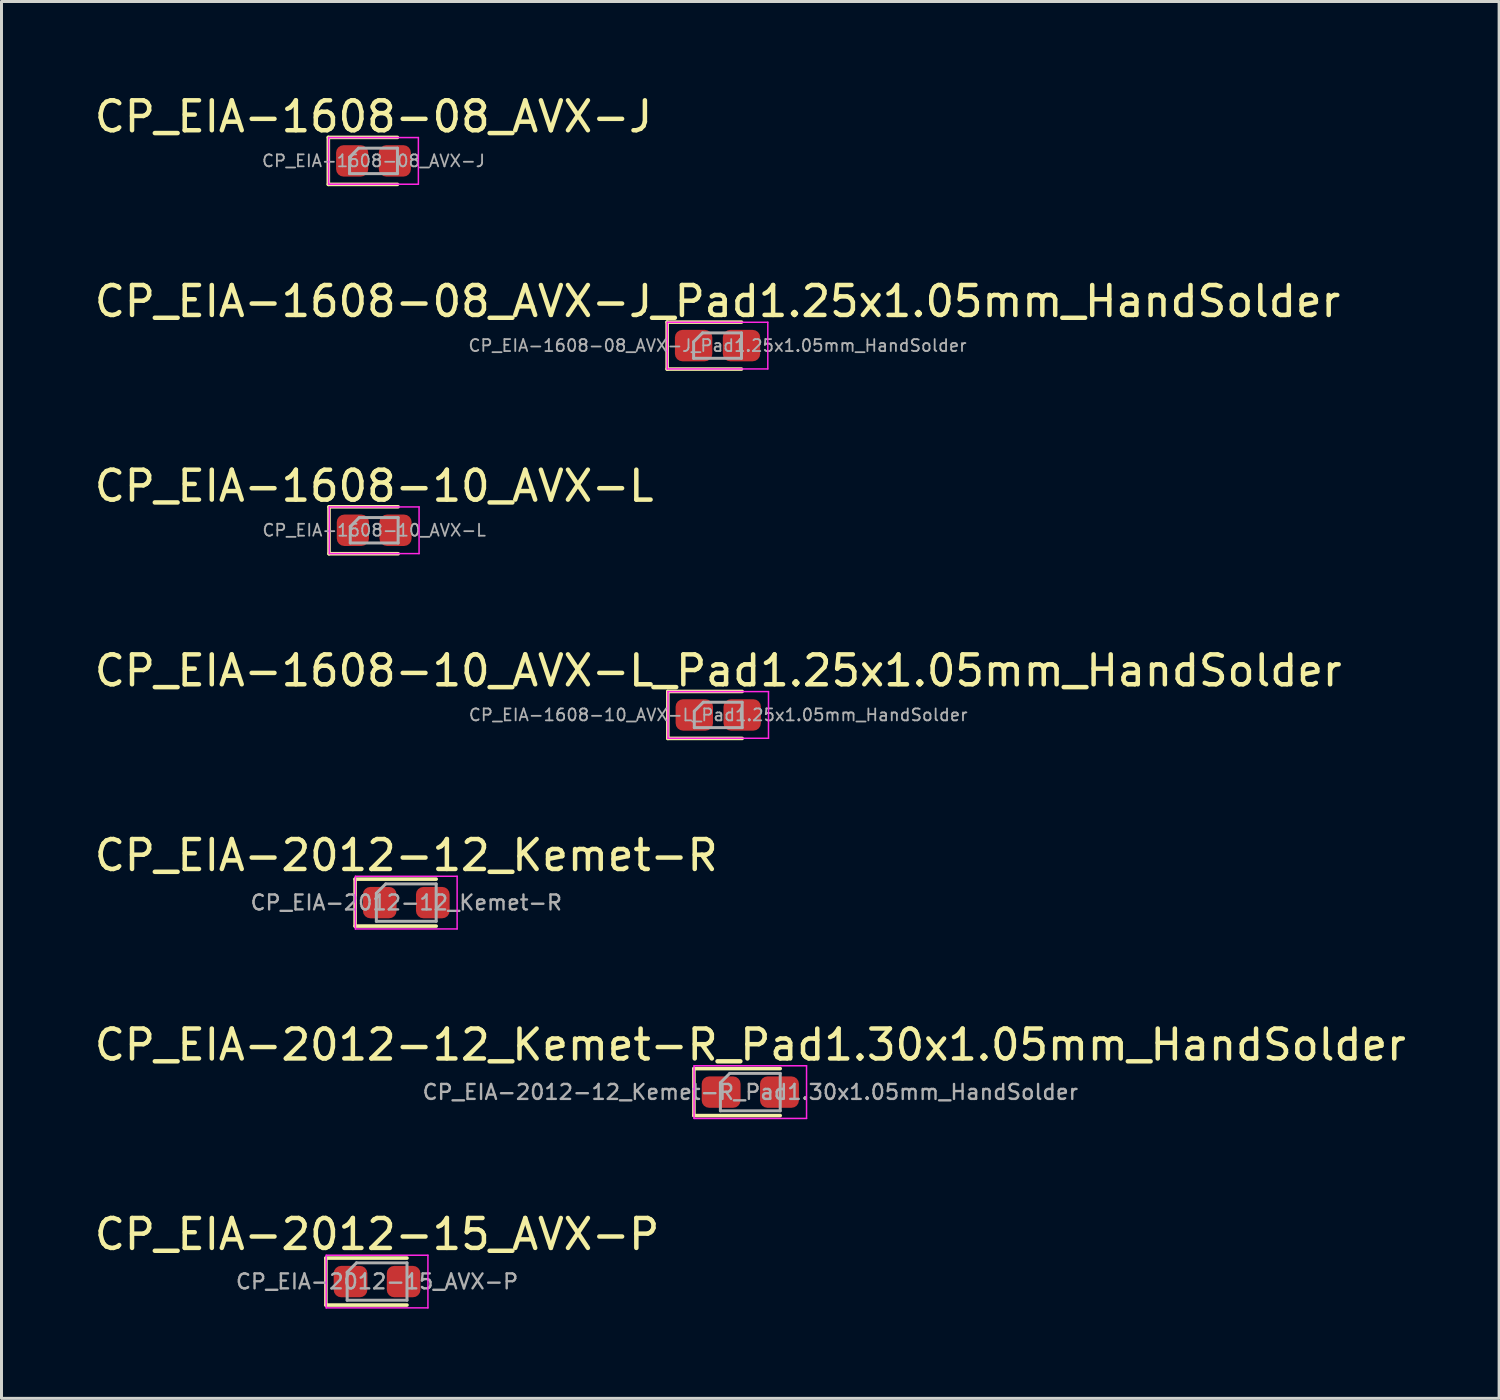
<source format=kicad_pcb>
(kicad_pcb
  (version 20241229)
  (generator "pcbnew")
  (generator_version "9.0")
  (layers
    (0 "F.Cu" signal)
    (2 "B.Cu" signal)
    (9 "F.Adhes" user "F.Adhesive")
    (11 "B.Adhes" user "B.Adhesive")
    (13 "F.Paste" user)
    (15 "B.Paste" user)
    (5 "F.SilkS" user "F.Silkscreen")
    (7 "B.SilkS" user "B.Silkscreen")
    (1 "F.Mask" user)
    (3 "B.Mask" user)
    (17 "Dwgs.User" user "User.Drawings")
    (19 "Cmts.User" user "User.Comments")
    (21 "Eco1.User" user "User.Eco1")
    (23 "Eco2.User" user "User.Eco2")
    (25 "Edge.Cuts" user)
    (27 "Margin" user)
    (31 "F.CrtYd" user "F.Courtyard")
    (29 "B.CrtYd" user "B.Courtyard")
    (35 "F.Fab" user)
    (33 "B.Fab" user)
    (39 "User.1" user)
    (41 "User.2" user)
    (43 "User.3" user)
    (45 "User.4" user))
  (footprint "CP_EIA-2012-12_Kemet-R_Pad1.30x1.05mm_HandSolder"
    (layer "F.Cu")
    (at 22.03 33.455)
    (property "Reference" "CP_EIA-2012-12_Kemet-R_Pad1.30x1.05mm_HandSolder" (at 0 -1.58 0) (layer "F.SilkS") (effects (font (size 1 1) (thickness 0.15))))
    (attr smd)
    (fp_line (start -1.885 -0.785) (end -1.885 0.785) (stroke (width 0.12) (type solid)) (layer "F.SilkS"))
    (fp_line (start -1.885 0.785) (end 1 0.785) (stroke (width 0.12) (type solid)) (layer "F.SilkS"))
    (fp_line (start 1 -0.785) (end -1.885 -0.785) (stroke (width 0.12) (type solid)) (layer "F.SilkS"))
    (fp_line (start -1.88 -0.88) (end 1.88 -0.88) (stroke (width 0.05) (type solid)) (layer "F.CrtYd"))
    (fp_line (start -1.88 0.88) (end -1.88 -0.88) (stroke (width 0.05) (type solid)) (layer "F.CrtYd"))
    (fp_line (start 1.88 -0.88) (end 1.88 0.88) (stroke (width 0.05) (type solid)) (layer "F.CrtYd"))
    (fp_line (start 1.88 0.88) (end -1.88 0.88) (stroke (width 0.05) (type solid)) (layer "F.CrtYd"))
    (fp_line (start -1 -0.312) (end -1 0.625) (stroke (width 0.1) (type solid)) (layer "F.Fab"))
    (fp_line (start -1 0.625) (end 1 0.625) (stroke (width 0.1) (type solid)) (layer "F.Fab"))
    (fp_line (start -0.688 -0.625) (end -1 -0.312) (stroke (width 0.1) (type solid)) (layer "F.Fab"))
    (fp_line (start 1 -0.625) (end -0.688 -0.625) (stroke (width 0.1) (type solid)) (layer "F.Fab"))
    (fp_line (start 1 0.625) (end 1 -0.625) (stroke (width 0.1) (type solid)) (layer "F.Fab"))
    (fp_text user "${REFERENCE}" (at 0 0 0) (layer "F.Fab") (effects (font (size 0.5 0.5) (thickness 0.08))))
    (pad "1" smd roundrect (at -0.975 0) (size 1.3 1.05) (layers "F.Cu" "F.Mask" "F.Paste") (roundrect_rratio 0.238))
    (pad "2" smd roundrect (at 0.975 0) (size 1.3 1.05) (layers "F.Cu" "F.Mask" "F.Paste") (roundrect_rratio 0.238)))
  (footprint "CP_EIA-1608-08_AVX-J"
    (layer "F.Cu")
    (at 9.435 2.328)
    (property "Reference" "CP_EIA-1608-08_AVX-J" (at 0 -1.48 0) (layer "F.SilkS") (effects (font (size 1 1) (thickness 0.15))))
    (attr smd)
    (fp_line (start -1.51 -0.785) (end -1.51 0.785) (stroke (width 0.12) (type solid)) (layer "F.SilkS"))
    (fp_line (start -1.51 0.785) (end 0.8 0.785) (stroke (width 0.12) (type solid)) (layer "F.SilkS"))
    (fp_line (start 0.8 -0.785) (end -1.51 -0.785) (stroke (width 0.12) (type solid)) (layer "F.SilkS"))
    (fp_line (start -1.5 -0.78) (end 1.5 -0.78) (stroke (width 0.05) (type solid)) (layer "F.CrtYd"))
    (fp_line (start -1.5 0.78) (end -1.5 -0.78) (stroke (width 0.05) (type solid)) (layer "F.CrtYd"))
    (fp_line (start 1.5 -0.78) (end 1.5 0.78) (stroke (width 0.05) (type solid)) (layer "F.CrtYd"))
    (fp_line (start 1.5 0.78) (end -1.5 0.78) (stroke (width 0.05) (type solid)) (layer "F.CrtYd"))
    (fp_line (start -0.8 -0.125) (end -0.8 0.425) (stroke (width 0.1) (type solid)) (layer "F.Fab"))
    (fp_line (start -0.8 0.425) (end 0.8 0.425) (stroke (width 0.1) (type solid)) (layer "F.Fab"))
    (fp_line (start -0.5 -0.425) (end -0.8 -0.125) (stroke (width 0.1) (type solid)) (layer "F.Fab"))
    (fp_line (start 0.8 -0.425) (end -0.5 -0.425) (stroke (width 0.1) (type solid)) (layer "F.Fab"))
    (fp_line (start 0.8 0.425) (end 0.8 -0.425) (stroke (width 0.1) (type solid)) (layer "F.Fab"))
    (fp_text user "${REFERENCE}" (at 0 0 0) (layer "F.Fab") (effects (font (size 0.4 0.4) (thickness 0.06))))
    (pad "1" smd roundrect (at -0.713 0) (size 1.075 1.05) (layers "F.Cu" "F.Mask" "F.Paste") (roundrect_rratio 0.238))
    (pad "2" smd roundrect (at 0.713 0) (size 1.075 1.05) (layers "F.Cu" "F.Mask" "F.Paste") (roundrect_rratio 0.238)))
  (footprint "CP_EIA-2012-12_Kemet-R"
    (layer "F.Cu")
    (at 10.53 27.121)
    (property "Reference" "CP_EIA-2012-12_Kemet-R" (at 0 -1.58 0) (layer "F.SilkS") (effects (font (size 1 1) (thickness 0.15))))
    (attr smd)
    (fp_line (start -1.71 -0.785) (end -1.71 0.785) (stroke (width 0.12) (type solid)) (layer "F.SilkS"))
    (fp_line (start -1.71 0.785) (end 1 0.785) (stroke (width 0.12) (type solid)) (layer "F.SilkS"))
    (fp_line (start 1 -0.785) (end -1.71 -0.785) (stroke (width 0.12) (type solid)) (layer "F.SilkS"))
    (fp_line (start -1.7 -0.88) (end 1.7 -0.88) (stroke (width 0.05) (type solid)) (layer "F.CrtYd"))
    (fp_line (start -1.7 0.88) (end -1.7 -0.88) (stroke (width 0.05) (type solid)) (layer "F.CrtYd"))
    (fp_line (start 1.7 -0.88) (end 1.7 0.88) (stroke (width 0.05) (type solid)) (layer "F.CrtYd"))
    (fp_line (start 1.7 0.88) (end -1.7 0.88) (stroke (width 0.05) (type solid)) (layer "F.CrtYd"))
    (fp_line (start -1 -0.312) (end -1 0.625) (stroke (width 0.1) (type solid)) (layer "F.Fab"))
    (fp_line (start -1 0.625) (end 1 0.625) (stroke (width 0.1) (type solid)) (layer "F.Fab"))
    (fp_line (start -0.688 -0.625) (end -1 -0.312) (stroke (width 0.1) (type solid)) (layer "F.Fab"))
    (fp_line (start 1 -0.625) (end -0.688 -0.625) (stroke (width 0.1) (type solid)) (layer "F.Fab"))
    (fp_line (start 1 0.625) (end 1 -0.625) (stroke (width 0.1) (type solid)) (layer "F.Fab"))
    (fp_text user "${REFERENCE}" (at 0 0 0) (layer "F.Fab") (effects (font (size 0.5 0.5) (thickness 0.08))))
    (pad "1" smd roundrect (at -0.887 0) (size 1.125 1.05) (layers "F.Cu" "F.Mask" "F.Paste") (roundrect_rratio 0.238))
    (pad "2" smd roundrect (at 0.887 0) (size 1.125 1.05) (layers "F.Cu" "F.Mask" "F.Paste") (roundrect_rratio 0.238)))
  (footprint "CP_EIA-1608-10_AVX-L"
    (layer "F.Cu")
    (at 9.458 14.675)
    (property "Reference" "CP_EIA-1608-10_AVX-L" (at 0 -1.48 0) (layer "F.SilkS") (effects (font (size 1 1) (thickness 0.15))))
    (attr smd)
    (fp_line (start -1.51 -0.785) (end -1.51 0.785) (stroke (width 0.12) (type solid)) (layer "F.SilkS"))
    (fp_line (start -1.51 0.785) (end 0.8 0.785) (stroke (width 0.12) (type solid)) (layer "F.SilkS"))
    (fp_line (start 0.8 -0.785) (end -1.51 -0.785) (stroke (width 0.12) (type solid)) (layer "F.SilkS"))
    (fp_line (start -1.5 -0.78) (end 1.5 -0.78) (stroke (width 0.05) (type solid)) (layer "F.CrtYd"))
    (fp_line (start -1.5 0.78) (end -1.5 -0.78) (stroke (width 0.05) (type solid)) (layer "F.CrtYd"))
    (fp_line (start 1.5 -0.78) (end 1.5 0.78) (stroke (width 0.05) (type solid)) (layer "F.CrtYd"))
    (fp_line (start 1.5 0.78) (end -1.5 0.78) (stroke (width 0.05) (type solid)) (layer "F.CrtYd"))
    (fp_line (start -0.8 -0.125) (end -0.8 0.425) (stroke (width 0.1) (type solid)) (layer "F.Fab"))
    (fp_line (start -0.8 0.425) (end 0.8 0.425) (stroke (width 0.1) (type solid)) (layer "F.Fab"))
    (fp_line (start -0.5 -0.425) (end -0.8 -0.125) (stroke (width 0.1) (type solid)) (layer "F.Fab"))
    (fp_line (start 0.8 -0.425) (end -0.5 -0.425) (stroke (width 0.1) (type solid)) (layer "F.Fab"))
    (fp_line (start 0.8 0.425) (end 0.8 -0.425) (stroke (width 0.1) (type solid)) (layer "F.Fab"))
    (fp_text user "${REFERENCE}" (at 0 0 0) (layer "F.Fab") (effects (font (size 0.4 0.4) (thickness 0.06))))
    (pad "1" smd roundrect (at -0.713 0) (size 1.075 1.05) (layers "F.Cu" "F.Mask" "F.Paste") (roundrect_rratio 0.238))
    (pad "2" smd roundrect (at 0.713 0) (size 1.075 1.05) (layers "F.Cu" "F.Mask" "F.Paste") (roundrect_rratio 0.238)))
  (footprint "CP_EIA-2012-15_AVX-P"
    (layer "F.Cu")
    (at 9.554 39.788)
    (property "Reference" "CP_EIA-2012-15_AVX-P" (at 0 -1.58 0) (layer "F.SilkS") (effects (font (size 1 1) (thickness 0.15))))
    (attr smd)
    (fp_line (start -1.71 -0.785) (end -1.71 0.785) (stroke (width 0.12) (type solid)) (layer "F.SilkS"))
    (fp_line (start -1.71 0.785) (end 1 0.785) (stroke (width 0.12) (type solid)) (layer "F.SilkS"))
    (fp_line (start 1 -0.785) (end -1.71 -0.785) (stroke (width 0.12) (type solid)) (layer "F.SilkS"))
    (fp_line (start -1.7 -0.88) (end 1.7 -0.88) (stroke (width 0.05) (type solid)) (layer "F.CrtYd"))
    (fp_line (start -1.7 0.88) (end -1.7 -0.88) (stroke (width 0.05) (type solid)) (layer "F.CrtYd"))
    (fp_line (start 1.7 -0.88) (end 1.7 0.88) (stroke (width 0.05) (type solid)) (layer "F.CrtYd"))
    (fp_line (start 1.7 0.88) (end -1.7 0.88) (stroke (width 0.05) (type solid)) (layer "F.CrtYd"))
    (fp_line (start -1 -0.312) (end -1 0.625) (stroke (width 0.1) (type solid)) (layer "F.Fab"))
    (fp_line (start -1 0.625) (end 1 0.625) (stroke (width 0.1) (type solid)) (layer "F.Fab"))
    (fp_line (start -0.688 -0.625) (end -1 -0.312) (stroke (width 0.1) (type solid)) (layer "F.Fab"))
    (fp_line (start 1 -0.625) (end -0.688 -0.625) (stroke (width 0.1) (type solid)) (layer "F.Fab"))
    (fp_line (start 1 0.625) (end 1 -0.625) (stroke (width 0.1) (type solid)) (layer "F.Fab"))
    (fp_text user "${REFERENCE}" (at 0 0 0) (layer "F.Fab") (effects (font (size 0.5 0.5) (thickness 0.08))))
    (pad "1" smd roundrect (at -0.887 0) (size 1.125 1.05) (layers "F.Cu" "F.Mask" "F.Paste") (roundrect_rratio 0.238))
    (pad "2" smd roundrect (at 0.887 0) (size 1.125 1.05) (layers "F.Cu" "F.Mask" "F.Paste") (roundrect_rratio 0.238)))
  (footprint "CP_EIA-1608-10_AVX-L_Pad1.25x1.05mm_HandSolder"
    (layer "F.Cu")
    (at 20.958 20.848)
    (property "Reference" "CP_EIA-1608-10_AVX-L_Pad1.25x1.05mm_HandSolder" (at 0 -1.48 0) (layer "F.SilkS") (effects (font (size 1 1) (thickness 0.15))))
    (attr smd)
    (fp_line (start -1.685 -0.785) (end -1.685 0.785) (stroke (width 0.12) (type solid)) (layer "F.SilkS"))
    (fp_line (start -1.685 0.785) (end 0.8 0.785) (stroke (width 0.12) (type solid)) (layer "F.SilkS"))
    (fp_line (start 0.8 -0.785) (end -1.685 -0.785) (stroke (width 0.12) (type solid)) (layer "F.SilkS"))
    (fp_line (start -1.68 -0.78) (end 1.68 -0.78) (stroke (width 0.05) (type solid)) (layer "F.CrtYd"))
    (fp_line (start -1.68 0.78) (end -1.68 -0.78) (stroke (width 0.05) (type solid)) (layer "F.CrtYd"))
    (fp_line (start 1.68 -0.78) (end 1.68 0.78) (stroke (width 0.05) (type solid)) (layer "F.CrtYd"))
    (fp_line (start 1.68 0.78) (end -1.68 0.78) (stroke (width 0.05) (type solid)) (layer "F.CrtYd"))
    (fp_line (start -0.8 -0.125) (end -0.8 0.425) (stroke (width 0.1) (type solid)) (layer "F.Fab"))
    (fp_line (start -0.8 0.425) (end 0.8 0.425) (stroke (width 0.1) (type solid)) (layer "F.Fab"))
    (fp_line (start -0.5 -0.425) (end -0.8 -0.125) (stroke (width 0.1) (type solid)) (layer "F.Fab"))
    (fp_line (start 0.8 -0.425) (end -0.5 -0.425) (stroke (width 0.1) (type solid)) (layer "F.Fab"))
    (fp_line (start 0.8 0.425) (end 0.8 -0.425) (stroke (width 0.1) (type solid)) (layer "F.Fab"))
    (fp_text user "${REFERENCE}" (at 0 0 0) (layer "F.Fab") (effects (font (size 0.4 0.4) (thickness 0.06))))
    (pad "1" smd roundrect (at -0.8 0) (size 1.25 1.05) (layers "F.Cu" "F.Mask" "F.Paste") (roundrect_rratio 0.238))
    (pad "2" smd roundrect (at 0.8 0) (size 1.25 1.05) (layers "F.Cu" "F.Mask" "F.Paste") (roundrect_rratio 0.238)))
  (footprint "CP_EIA-1608-08_AVX-J_Pad1.25x1.05mm_HandSolder"
    (layer "F.Cu")
    (at 20.935 8.502)
    (property "Reference" "CP_EIA-1608-08_AVX-J_Pad1.25x1.05mm_HandSolder" (at 0 -1.48 0) (layer "F.SilkS") (effects (font (size 1 1) (thickness 0.15))))
    (attr smd)
    (fp_line (start -1.685 -0.785) (end -1.685 0.785) (stroke (width 0.12) (type solid)) (layer "F.SilkS"))
    (fp_line (start -1.685 0.785) (end 0.8 0.785) (stroke (width 0.12) (type solid)) (layer "F.SilkS"))
    (fp_line (start 0.8 -0.785) (end -1.685 -0.785) (stroke (width 0.12) (type solid)) (layer "F.SilkS"))
    (fp_line (start -1.68 -0.78) (end 1.68 -0.78) (stroke (width 0.05) (type solid)) (layer "F.CrtYd"))
    (fp_line (start -1.68 0.78) (end -1.68 -0.78) (stroke (width 0.05) (type solid)) (layer "F.CrtYd"))
    (fp_line (start 1.68 -0.78) (end 1.68 0.78) (stroke (width 0.05) (type solid)) (layer "F.CrtYd"))
    (fp_line (start 1.68 0.78) (end -1.68 0.78) (stroke (width 0.05) (type solid)) (layer "F.CrtYd"))
    (fp_line (start -0.8 -0.125) (end -0.8 0.425) (stroke (width 0.1) (type solid)) (layer "F.Fab"))
    (fp_line (start -0.8 0.425) (end 0.8 0.425) (stroke (width 0.1) (type solid)) (layer "F.Fab"))
    (fp_line (start -0.5 -0.425) (end -0.8 -0.125) (stroke (width 0.1) (type solid)) (layer "F.Fab"))
    (fp_line (start 0.8 -0.425) (end -0.5 -0.425) (stroke (width 0.1) (type solid)) (layer "F.Fab"))
    (fp_line (start 0.8 0.425) (end 0.8 -0.425) (stroke (width 0.1) (type solid)) (layer "F.Fab"))
    (fp_text user "${REFERENCE}" (at 0 0 0) (layer "F.Fab") (effects (font (size 0.4 0.4) (thickness 0.06))))
    (pad "1" smd roundrect (at -0.8 0) (size 1.25 1.05) (layers "F.Cu" "F.Mask" "F.Paste") (roundrect_rratio 0.238))
    (pad "2" smd roundrect (at 0.8 0) (size 1.25 1.05) (layers "F.Cu" "F.Mask" "F.Paste") (roundrect_rratio 0.238)))
  (gr_rect
    (start -3 -3)
    (end 47.06 43.693)
    (stroke (width 0.1) (type default))
    (fill no)
    (layer "Edge.Cuts")))
</source>
